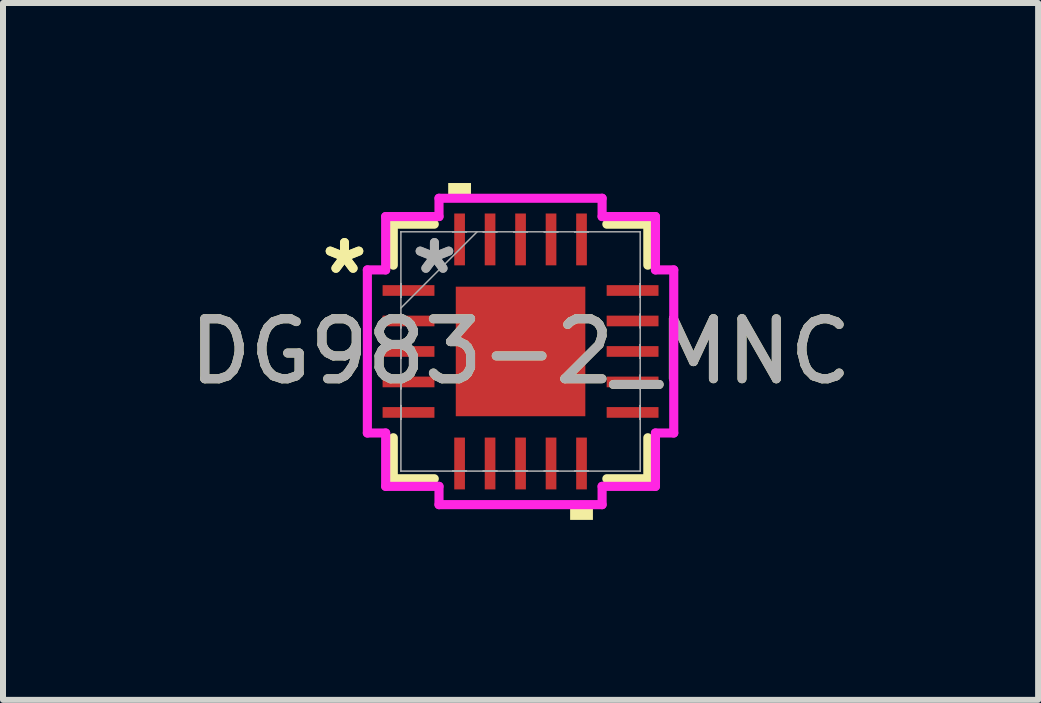
<source format=kicad_pcb>
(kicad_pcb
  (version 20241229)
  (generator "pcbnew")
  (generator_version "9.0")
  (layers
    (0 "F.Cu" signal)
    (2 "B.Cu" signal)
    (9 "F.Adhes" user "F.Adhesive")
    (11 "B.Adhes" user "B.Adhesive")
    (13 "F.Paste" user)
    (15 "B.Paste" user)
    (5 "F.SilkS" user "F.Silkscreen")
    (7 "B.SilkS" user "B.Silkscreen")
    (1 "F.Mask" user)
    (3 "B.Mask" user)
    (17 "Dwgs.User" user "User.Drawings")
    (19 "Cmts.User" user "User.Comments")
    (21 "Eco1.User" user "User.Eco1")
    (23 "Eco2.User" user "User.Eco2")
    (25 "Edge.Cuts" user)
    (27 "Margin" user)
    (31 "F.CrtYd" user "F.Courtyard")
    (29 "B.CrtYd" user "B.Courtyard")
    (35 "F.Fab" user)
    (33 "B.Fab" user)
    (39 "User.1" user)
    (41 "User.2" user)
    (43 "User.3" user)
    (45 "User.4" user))
  (footprint "DG983-2_MNC"
    (layer "F.Cu")
    (at 5.625 2.807)
    (property "Reference" "DG983-2_MNC" (at 0 0 0) (unlocked yes) (layer "F.SilkS") (effects (font (size 1 1) (thickness 0.15))))
    (attr smd)
    (fp_line (start -2.121 -2.121) (end -2.121 -1.438) (stroke (width 0.152) (type solid)) (layer "F.SilkS"))
    (fp_line (start -2.121 1.438) (end -2.121 2.121) (stroke (width 0.152) (type solid)) (layer "F.SilkS"))
    (fp_line (start -2.121 2.121) (end -1.438 2.121) (stroke (width 0.152) (type solid)) (layer "F.SilkS"))
    (fp_line (start -1.438 -2.121) (end -2.121 -2.121) (stroke (width 0.152) (type solid)) (layer "F.SilkS"))
    (fp_line (start 1.438 2.121) (end 2.121 2.121) (stroke (width 0.152) (type solid)) (layer "F.SilkS"))
    (fp_line (start 2.121 -2.121) (end 1.438 -2.121) (stroke (width 0.152) (type solid)) (layer "F.SilkS"))
    (fp_line (start 2.121 -1.438) (end 2.121 -2.121) (stroke (width 0.152) (type solid)) (layer "F.SilkS"))
    (fp_line (start 2.121 2.121) (end 2.121 1.438) (stroke (width 0.152) (type solid)) (layer "F.SilkS"))
    (fp_poly (pts (xy -1.206 -2.553) (xy -1.206 -2.807) (xy -0.826 -2.807) (xy -0.826 -2.553)) (stroke (width 0) (type solid)) (fill yes) (layer "F.SilkS"))
    (fp_poly (pts (xy 0.826 2.553) (xy 0.826 2.807) (xy 1.206 2.807) (xy 1.206 2.553)) (stroke (width 0) (type solid)) (fill yes) (layer "F.SilkS"))
    (fp_line (start -2.553 -1.359) (end -2.248 -1.359) (stroke (width 0.152) (type solid)) (layer "F.CrtYd"))
    (fp_line (start -2.553 1.359) (end -2.553 -1.359) (stroke (width 0.152) (type solid)) (layer "F.CrtYd"))
    (fp_line (start -2.248 -2.248) (end -1.359 -2.248) (stroke (width 0.152) (type solid)) (layer "F.CrtYd"))
    (fp_line (start -2.248 -1.359) (end -2.248 -2.248) (stroke (width 0.152) (type solid)) (layer "F.CrtYd"))
    (fp_line (start -2.248 1.359) (end -2.553 1.359) (stroke (width 0.152) (type solid)) (layer "F.CrtYd"))
    (fp_line (start -2.248 2.248) (end -2.248 1.359) (stroke (width 0.152) (type solid)) (layer "F.CrtYd"))
    (fp_line (start -1.359 -2.553) (end 1.359 -2.553) (stroke (width 0.152) (type solid)) (layer "F.CrtYd"))
    (fp_line (start -1.359 -2.248) (end -1.359 -2.553) (stroke (width 0.152) (type solid)) (layer "F.CrtYd"))
    (fp_line (start -1.359 2.248) (end -2.248 2.248) (stroke (width 0.152) (type solid)) (layer "F.CrtYd"))
    (fp_line (start -1.359 2.553) (end -1.359 2.248) (stroke (width 0.152) (type solid)) (layer "F.CrtYd"))
    (fp_line (start 1.359 -2.553) (end 1.359 -2.248) (stroke (width 0.152) (type solid)) (layer "F.CrtYd"))
    (fp_line (start 1.359 -2.248) (end 2.248 -2.248) (stroke (width 0.152) (type solid)) (layer "F.CrtYd"))
    (fp_line (start 1.359 2.248) (end 1.359 2.553) (stroke (width 0.152) (type solid)) (layer "F.CrtYd"))
    (fp_line (start 1.359 2.553) (end -1.359 2.553) (stroke (width 0.152) (type solid)) (layer "F.CrtYd"))
    (fp_line (start 2.248 -2.248) (end 2.248 -1.359) (stroke (width 0.152) (type solid)) (layer "F.CrtYd"))
    (fp_line (start 2.248 -1.359) (end 2.553 -1.359) (stroke (width 0.152) (type solid)) (layer "F.CrtYd"))
    (fp_line (start 2.248 1.359) (end 2.248 2.248) (stroke (width 0.152) (type solid)) (layer "F.CrtYd"))
    (fp_line (start 2.248 2.248) (end 1.359 2.248) (stroke (width 0.152) (type solid)) (layer "F.CrtYd"))
    (fp_line (start 2.553 -1.359) (end 2.553 1.359) (stroke (width 0.152) (type solid)) (layer "F.CrtYd"))
    (fp_line (start 2.553 1.359) (end 2.248 1.359) (stroke (width 0.152) (type solid)) (layer "F.CrtYd"))
    (fp_line (start -1.994 -1.994) (end -1.994 -1.994) (stroke (width 0.025) (type solid)) (layer "F.Fab"))
    (fp_line (start -1.994 -1.994) (end -1.994 1.994) (stroke (width 0.025) (type solid)) (layer "F.Fab"))
    (fp_line (start -1.994 -1.13) (end -1.994 -1.13) (stroke (width 0.025) (type solid)) (layer "F.Fab"))
    (fp_line (start -1.994 -1.13) (end -1.994 -0.902) (stroke (width 0.025) (type solid)) (layer "F.Fab"))
    (fp_line (start -1.994 -0.902) (end -1.994 -1.13) (stroke (width 0.025) (type solid)) (layer "F.Fab"))
    (fp_line (start -1.994 -0.902) (end -1.994 -0.902) (stroke (width 0.025) (type solid)) (layer "F.Fab"))
    (fp_line (start -1.994 -0.724) (end -0.724 -1.994) (stroke (width 0.025) (type solid)) (layer "F.Fab"))
    (fp_line (start -1.994 -0.622) (end -1.994 -0.622) (stroke (width 0.025) (type solid)) (layer "F.Fab"))
    (fp_line (start -1.994 -0.622) (end -1.994 -0.394) (stroke (width 0.025) (type solid)) (layer "F.Fab"))
    (fp_line (start -1.994 -0.394) (end -1.994 -0.622) (stroke (width 0.025) (type solid)) (layer "F.Fab"))
    (fp_line (start -1.994 -0.394) (end -1.994 -0.394) (stroke (width 0.025) (type solid)) (layer "F.Fab"))
    (fp_line (start -1.994 -0.114) (end -1.994 -0.114) (stroke (width 0.025) (type solid)) (layer "F.Fab"))
    (fp_line (start -1.994 -0.114) (end -1.994 0.114) (stroke (width 0.025) (type solid)) (layer "F.Fab"))
    (fp_line (start -1.994 0.114) (end -1.994 -0.114) (stroke (width 0.025) (type solid)) (layer "F.Fab"))
    (fp_line (start -1.994 0.114) (end -1.994 0.114) (stroke (width 0.025) (type solid)) (layer "F.Fab"))
    (fp_line (start -1.994 0.394) (end -1.994 0.394) (stroke (width 0.025) (type solid)) (layer "F.Fab"))
    (fp_line (start -1.994 0.394) (end -1.994 0.622) (stroke (width 0.025) (type solid)) (layer "F.Fab"))
    (fp_line (start -1.994 0.622) (end -1.994 0.394) (stroke (width 0.025) (type solid)) (layer "F.Fab"))
    (fp_line (start -1.994 0.622) (end -1.994 0.622) (stroke (width 0.025) (type solid)) (layer "F.Fab"))
    (fp_line (start -1.994 0.902) (end -1.994 0.902) (stroke (width 0.025) (type solid)) (layer "F.Fab"))
    (fp_line (start -1.994 0.902) (end -1.994 1.13) (stroke (width 0.025) (type solid)) (layer "F.Fab"))
    (fp_line (start -1.994 1.13) (end -1.994 0.902) (stroke (width 0.025) (type solid)) (layer "F.Fab"))
    (fp_line (start -1.994 1.13) (end -1.994 1.13) (stroke (width 0.025) (type solid)) (layer "F.Fab"))
    (fp_line (start -1.994 1.994) (end -1.994 1.994) (stroke (width 0.025) (type solid)) (layer "F.Fab"))
    (fp_line (start -1.994 1.994) (end 1.994 1.994) (stroke (width 0.025) (type solid)) (layer "F.Fab"))
    (fp_line (start -1.13 -1.994) (end -1.13 -1.994) (stroke (width 0.025) (type solid)) (layer "F.Fab"))
    (fp_line (start -1.13 -1.994) (end -0.902 -1.994) (stroke (width 0.025) (type solid)) (layer "F.Fab"))
    (fp_line (start -1.13 1.994) (end -1.13 1.994) (stroke (width 0.025) (type solid)) (layer "F.Fab"))
    (fp_line (start -1.13 1.994) (end -0.902 1.994) (stroke (width 0.025) (type solid)) (layer "F.Fab"))
    (fp_line (start -0.902 -1.994) (end -1.13 -1.994) (stroke (width 0.025) (type solid)) (layer "F.Fab"))
    (fp_line (start -0.902 -1.994) (end -0.902 -1.994) (stroke (width 0.025) (type solid)) (layer "F.Fab"))
    (fp_line (start -0.902 1.994) (end -1.13 1.994) (stroke (width 0.025) (type solid)) (layer "F.Fab"))
    (fp_line (start -0.902 1.994) (end -0.902 1.994) (stroke (width 0.025) (type solid)) (layer "F.Fab"))
    (fp_line (start -0.622 -1.994) (end -0.622 -1.994) (stroke (width 0.025) (type solid)) (layer "F.Fab"))
    (fp_line (start -0.622 -1.994) (end -0.394 -1.994) (stroke (width 0.025) (type solid)) (layer "F.Fab"))
    (fp_line (start -0.622 1.994) (end -0.622 1.994) (stroke (width 0.025) (type solid)) (layer "F.Fab"))
    (fp_line (start -0.622 1.994) (end -0.394 1.994) (stroke (width 0.025) (type solid)) (layer "F.Fab"))
    (fp_line (start -0.394 -1.994) (end -0.622 -1.994) (stroke (width 0.025) (type solid)) (layer "F.Fab"))
    (fp_line (start -0.394 -1.994) (end -0.394 -1.994) (stroke (width 0.025) (type solid)) (layer "F.Fab"))
    (fp_line (start -0.394 1.994) (end -0.622 1.994) (stroke (width 0.025) (type solid)) (layer "F.Fab"))
    (fp_line (start -0.394 1.994) (end -0.394 1.994) (stroke (width 0.025) (type solid)) (layer "F.Fab"))
    (fp_line (start -0.114 -1.994) (end -0.114 -1.994) (stroke (width 0.025) (type solid)) (layer "F.Fab"))
    (fp_line (start -0.114 -1.994) (end 0.114 -1.994) (stroke (width 0.025) (type solid)) (layer "F.Fab"))
    (fp_line (start -0.114 1.994) (end -0.114 1.994) (stroke (width 0.025) (type solid)) (layer "F.Fab"))
    (fp_line (start -0.114 1.994) (end 0.114 1.994) (stroke (width 0.025) (type solid)) (layer "F.Fab"))
    (fp_line (start 0.114 -1.994) (end -0.114 -1.994) (stroke (width 0.025) (type solid)) (layer "F.Fab"))
    (fp_line (start 0.114 -1.994) (end 0.114 -1.994) (stroke (width 0.025) (type solid)) (layer "F.Fab"))
    (fp_line (start 0.114 1.994) (end -0.114 1.994) (stroke (width 0.025) (type solid)) (layer "F.Fab"))
    (fp_line (start 0.114 1.994) (end 0.114 1.994) (stroke (width 0.025) (type solid)) (layer "F.Fab"))
    (fp_line (start 0.394 -1.994) (end 0.394 -1.994) (stroke (width 0.025) (type solid)) (layer "F.Fab"))
    (fp_line (start 0.394 -1.994) (end 0.622 -1.994) (stroke (width 0.025) (type solid)) (layer "F.Fab"))
    (fp_line (start 0.394 1.994) (end 0.394 1.994) (stroke (width 0.025) (type solid)) (layer "F.Fab"))
    (fp_line (start 0.394 1.994) (end 0.622 1.994) (stroke (width 0.025) (type solid)) (layer "F.Fab"))
    (fp_line (start 0.622 -1.994) (end 0.394 -1.994) (stroke (width 0.025) (type solid)) (layer "F.Fab"))
    (fp_line (start 0.622 -1.994) (end 0.622 -1.994) (stroke (width 0.025) (type solid)) (layer "F.Fab"))
    (fp_line (start 0.622 1.994) (end 0.394 1.994) (stroke (width 0.025) (type solid)) (layer "F.Fab"))
    (fp_line (start 0.622 1.994) (end 0.622 1.994) (stroke (width 0.025) (type solid)) (layer "F.Fab"))
    (fp_line (start 0.902 -1.994) (end 0.902 -1.994) (stroke (width 0.025) (type solid)) (layer "F.Fab"))
    (fp_line (start 0.902 -1.994) (end 1.13 -1.994) (stroke (width 0.025) (type solid)) (layer "F.Fab"))
    (fp_line (start 0.902 1.994) (end 0.902 1.994) (stroke (width 0.025) (type solid)) (layer "F.Fab"))
    (fp_line (start 0.902 1.994) (end 1.13 1.994) (stroke (width 0.025) (type solid)) (layer "F.Fab"))
    (fp_line (start 1.13 -1.994) (end 0.902 -1.994) (stroke (width 0.025) (type solid)) (layer "F.Fab"))
    (fp_line (start 1.13 -1.994) (end 1.13 -1.994) (stroke (width 0.025) (type solid)) (layer "F.Fab"))
    (fp_line (start 1.13 1.994) (end 0.902 1.994) (stroke (width 0.025) (type solid)) (layer "F.Fab"))
    (fp_line (start 1.13 1.994) (end 1.13 1.994) (stroke (width 0.025) (type solid)) (layer "F.Fab"))
    (fp_line (start 1.994 -1.994) (end -1.994 -1.994) (stroke (width 0.025) (type solid)) (layer "F.Fab"))
    (fp_line (start 1.994 -1.994) (end 1.994 -1.994) (stroke (width 0.025) (type solid)) (layer "F.Fab"))
    (fp_line (start 1.994 -1.13) (end 1.994 -1.13) (stroke (width 0.025) (type solid)) (layer "F.Fab"))
    (fp_line (start 1.994 -1.13) (end 1.994 -0.902) (stroke (width 0.025) (type solid)) (layer "F.Fab"))
    (fp_line (start 1.994 -0.902) (end 1.994 -1.13) (stroke (width 0.025) (type solid)) (layer "F.Fab"))
    (fp_line (start 1.994 -0.902) (end 1.994 -0.902) (stroke (width 0.025) (type solid)) (layer "F.Fab"))
    (fp_line (start 1.994 -0.622) (end 1.994 -0.622) (stroke (width 0.025) (type solid)) (layer "F.Fab"))
    (fp_line (start 1.994 -0.622) (end 1.994 -0.394) (stroke (width 0.025) (type solid)) (layer "F.Fab"))
    (fp_line (start 1.994 -0.394) (end 1.994 -0.622) (stroke (width 0.025) (type solid)) (layer "F.Fab"))
    (fp_line (start 1.994 -0.394) (end 1.994 -0.394) (stroke (width 0.025) (type solid)) (layer "F.Fab"))
    (fp_line (start 1.994 -0.114) (end 1.994 -0.114) (stroke (width 0.025) (type solid)) (layer "F.Fab"))
    (fp_line (start 1.994 -0.114) (end 1.994 0.114) (stroke (width 0.025) (type solid)) (layer "F.Fab"))
    (fp_line (start 1.994 0.114) (end 1.994 -0.114) (stroke (width 0.025) (type solid)) (layer "F.Fab"))
    (fp_line (start 1.994 0.114) (end 1.994 0.114) (stroke (width 0.025) (type solid)) (layer "F.Fab"))
    (fp_line (start 1.994 0.394) (end 1.994 0.394) (stroke (width 0.025) (type solid)) (layer "F.Fab"))
    (fp_line (start 1.994 0.394) (end 1.994 0.622) (stroke (width 0.025) (type solid)) (layer "F.Fab"))
    (fp_line (start 1.994 0.622) (end 1.994 0.394) (stroke (width 0.025) (type solid)) (layer "F.Fab"))
    (fp_line (start 1.994 0.622) (end 1.994 0.622) (stroke (width 0.025) (type solid)) (layer "F.Fab"))
    (fp_line (start 1.994 0.902) (end 1.994 0.902) (stroke (width 0.025) (type solid)) (layer "F.Fab"))
    (fp_line (start 1.994 0.902) (end 1.994 1.13) (stroke (width 0.025) (type solid)) (layer "F.Fab"))
    (fp_line (start 1.994 1.13) (end 1.994 0.902) (stroke (width 0.025) (type solid)) (layer "F.Fab"))
    (fp_line (start 1.994 1.13) (end 1.994 1.13) (stroke (width 0.025) (type solid)) (layer "F.Fab"))
    (fp_line (start 1.994 1.994) (end 1.994 -1.994) (stroke (width 0.025) (type solid)) (layer "F.Fab"))
    (fp_line (start 1.994 1.994) (end 1.994 1.994) (stroke (width 0.025) (type solid)) (layer "F.Fab"))
    (fp_text user "*" (at -2.934 -1.27 0) (layer "F.SilkS") (effects (font (size 1 1) (thickness 0.15))))
    (fp_text user "*" (at -2.934 -1.27 0) (unlocked yes) (layer "F.SilkS") (effects (font (size 1 1) (thickness 0.15))))
    (fp_text user "${REFERENCE}" (at 0 0 0) (unlocked yes) (layer "F.Fab") (effects (font (size 1 1) (thickness 0.15))))
    (fp_text user "*" (at -1.435 -1.27 0) (unlocked yes) (layer "F.Fab") (effects (font (size 1 1) (thickness 0.15))))
    (fp_text user "*" (at -1.435 -1.27 0) (layer "F.Fab") (effects (font (size 1 1) (thickness 0.15))))
    (pad "1" smd rect (at -1.867 -1.016 90) (size 0.178 0.864) (layers "F.Cu" "F.Mask" "F.Paste"))
    (pad "2" smd rect (at -1.867 -0.508 90) (size 0.178 0.864) (layers "F.Cu" "F.Mask" "F.Paste"))
    (pad "3" smd rect (at -1.867 0 90) (size 0.178 0.864) (layers "F.Cu" "F.Mask" "F.Paste"))
    (pad "4" smd rect (at -1.867 0.508 90) (size 0.178 0.864) (layers "F.Cu" "F.Mask" "F.Paste"))
    (pad "5" smd rect (at -1.867 1.016 90) (size 0.178 0.864) (layers "F.Cu" "F.Mask" "F.Paste"))
    (pad "6" smd rect (at -1.016 1.867) (size 0.178 0.864) (layers "F.Cu" "F.Mask" "F.Paste"))
    (pad "7" smd rect (at -0.508 1.867) (size 0.178 0.864) (layers "F.Cu" "F.Mask" "F.Paste"))
    (pad "8" smd rect (at 0 1.867) (size 0.178 0.864) (layers "F.Cu" "F.Mask" "F.Paste"))
    (pad "9" smd rect (at 0.508 1.867) (size 0.178 0.864) (layers "F.Cu" "F.Mask" "F.Paste"))
    (pad "10" smd rect (at 1.016 1.867) (size 0.178 0.864) (layers "F.Cu" "F.Mask" "F.Paste"))
    (pad "11" smd rect (at 1.867 1.016 90) (size 0.178 0.864) (layers "F.Cu" "F.Mask" "F.Paste"))
    (pad "12" smd rect (at 1.867 0.508 90) (size 0.178 0.864) (layers "F.Cu" "F.Mask" "F.Paste"))
    (pad "13" smd rect (at 1.867 0 90) (size 0.178 0.864) (layers "F.Cu" "F.Mask" "F.Paste"))
    (pad "14" smd rect (at 1.867 -0.508 90) (size 0.178 0.864) (layers "F.Cu" "F.Mask" "F.Paste"))
    (pad "15" smd rect (at 1.867 -1.016 90) (size 0.178 0.864) (layers "F.Cu" "F.Mask" "F.Paste"))
    (pad "16" smd rect (at 1.016 -1.867) (size 0.178 0.864) (layers "F.Cu" "F.Mask" "F.Paste"))
    (pad "17" smd rect (at 0.508 -1.867) (size 0.178 0.864) (layers "F.Cu" "F.Mask" "F.Paste"))
    (pad "18" smd rect (at 0 -1.867) (size 0.178 0.864) (layers "F.Cu" "F.Mask" "F.Paste"))
    (pad "19" smd rect (at -0.508 -1.867) (size 0.178 0.864) (layers "F.Cu" "F.Mask" "F.Paste"))
    (pad "20" smd rect (at -1.016 -1.867) (size 0.178 0.864) (layers "F.Cu" "F.Mask" "F.Paste"))
    (pad "21" smd rect (at 0 0) (size 2.159 2.159) (layers "F.Cu" "F.Mask" "F.Paste")))
  (gr_rect
    (start -3 -3)
    (end 14.25 8.613)
    (stroke (width 0.1) (type default))
    (fill no)
    (layer "Edge.Cuts")))
</source>
